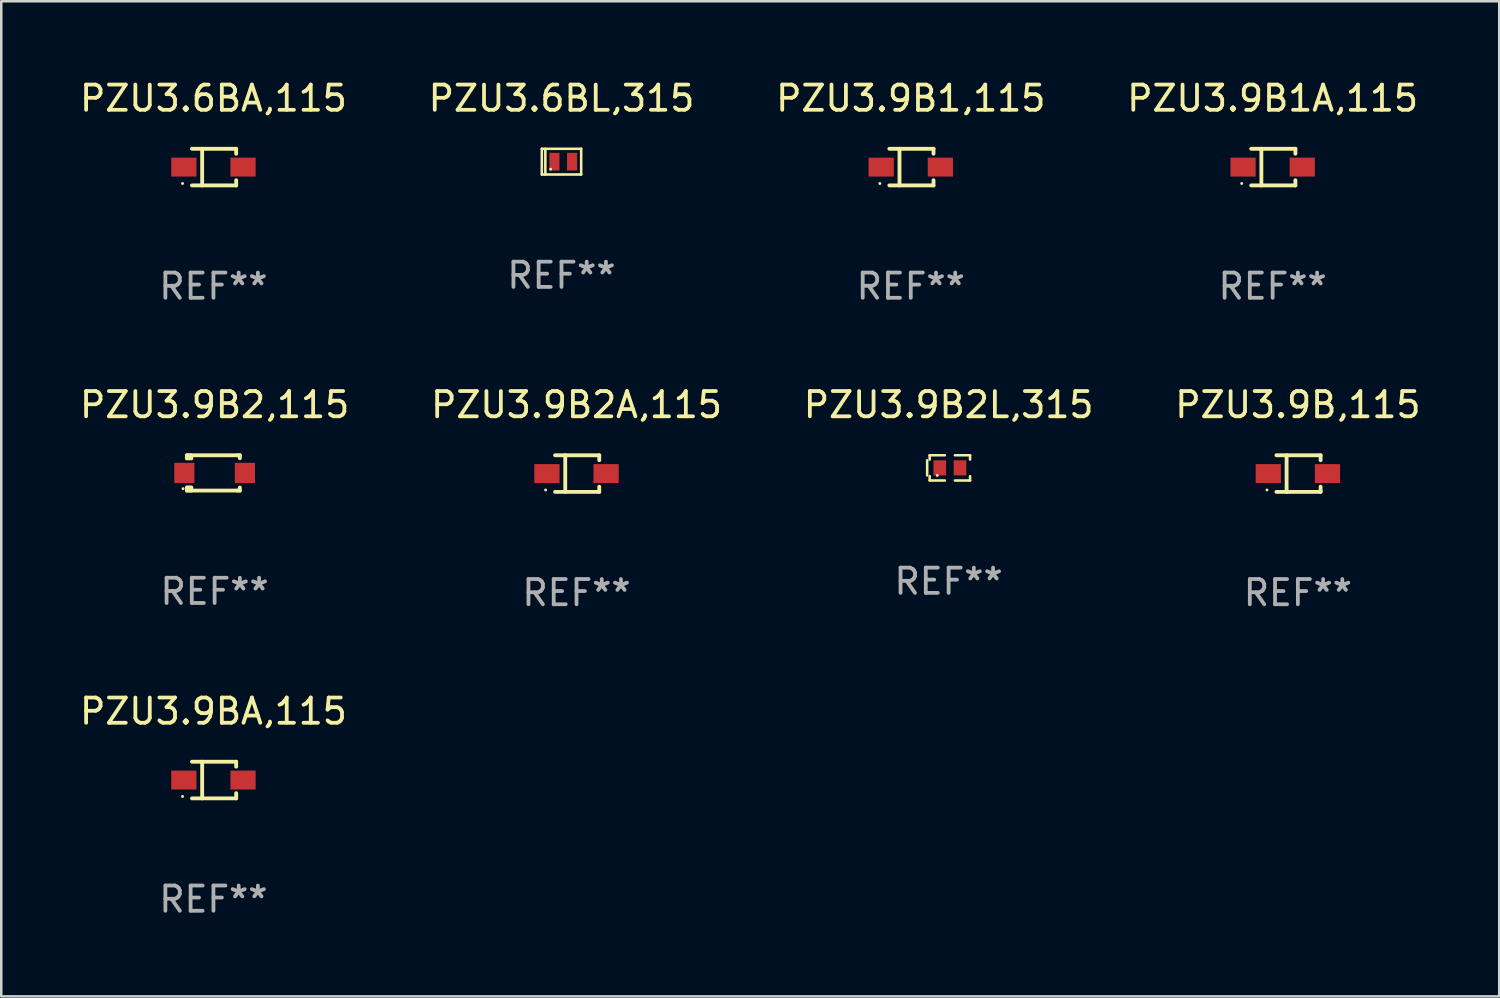
<source format=kicad_pcb>
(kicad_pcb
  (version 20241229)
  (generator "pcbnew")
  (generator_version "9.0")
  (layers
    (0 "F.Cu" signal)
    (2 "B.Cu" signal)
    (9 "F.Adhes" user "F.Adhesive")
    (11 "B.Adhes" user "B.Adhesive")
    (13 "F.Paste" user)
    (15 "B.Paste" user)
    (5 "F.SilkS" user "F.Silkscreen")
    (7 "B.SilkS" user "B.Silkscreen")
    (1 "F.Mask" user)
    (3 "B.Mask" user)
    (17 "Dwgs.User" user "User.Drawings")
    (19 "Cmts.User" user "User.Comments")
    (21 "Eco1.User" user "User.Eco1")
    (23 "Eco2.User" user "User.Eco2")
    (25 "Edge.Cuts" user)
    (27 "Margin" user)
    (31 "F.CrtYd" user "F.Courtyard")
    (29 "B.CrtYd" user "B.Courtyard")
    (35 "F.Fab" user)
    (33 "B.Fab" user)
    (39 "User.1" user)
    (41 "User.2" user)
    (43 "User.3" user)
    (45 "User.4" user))
  (footprint "PZU3.9BA,115"
    (layer "F.Cu")
    (at 5.411 27.872)
    (property "Reference" "PZU3.9BA,115" (at 0 -2.726 0) (layer "F.SilkS") (effects (font (size 1 1) (thickness 0.15))))
    (attr through_hole)
    (fp_line (start -0.851 -0.726) (end 0.901 -0.726) (stroke (width 0.152) (type solid)) (layer "F.SilkS"))
    (fp_line (start -0.851 0.726) (end 0.901 0.726) (stroke (width 0.152) (type solid)) (layer "F.SilkS"))
    (fp_line (start -0.447 -0.726) (end -0.447 0.726) (stroke (width 0.152) (type solid)) (layer "F.SilkS"))
    (fp_line (start 0.901 -0.726) (end 0.901 -0.53) (stroke (width 0.152) (type solid)) (layer "F.SilkS"))
    (fp_line (start 0.901 0.726) (end 0.901 0.52) (stroke (width 0.152) (type solid)) (layer "F.SilkS"))
    (fp_circle (center -1.225 0.65) (end -1.195 0.65) (stroke (width 0.06) (type solid)) (fill no) (layer "F.SilkS"))
    (fp_text user "REF**" (at 0 4.726 0) (layer "F.Fab") (effects (font (size 1 1) (thickness 0.15))))
    (pad "1" smd rect (at -1.173 0) (size 1 0.75) (layers "F.Cu" "F.Mask" "F.Paste"))
    (pad "2" smd rect (at 1.173 0) (size 1 0.75) (layers "F.Cu" "F.Mask" "F.Paste")))
  (footprint "PZU3.9B,115"
    (layer "F.Cu")
    (at 48.399 15.723)
    (property "Reference" "PZU3.9B,115" (at 0 -2.726 0) (layer "F.SilkS") (effects (font (size 1 1) (thickness 0.15))))
    (attr through_hole)
    (fp_line (start -0.851 -0.726) (end 0.901 -0.726) (stroke (width 0.152) (type solid)) (layer "F.SilkS"))
    (fp_line (start -0.851 0.726) (end 0.901 0.726) (stroke (width 0.152) (type solid)) (layer "F.SilkS"))
    (fp_line (start -0.447 -0.726) (end -0.447 0.726) (stroke (width 0.152) (type solid)) (layer "F.SilkS"))
    (fp_line (start 0.901 -0.726) (end 0.901 -0.53) (stroke (width 0.152) (type solid)) (layer "F.SilkS"))
    (fp_line (start 0.901 0.726) (end 0.901 0.52) (stroke (width 0.152) (type solid)) (layer "F.SilkS"))
    (fp_circle (center -1.225 0.65) (end -1.195 0.65) (stroke (width 0.06) (type solid)) (fill no) (layer "F.SilkS"))
    (fp_text user "REF**" (at 0 4.726 0) (layer "F.Fab") (effects (font (size 1 1) (thickness 0.15))))
    (pad "1" smd rect (at -1.173 0) (size 1 0.75) (layers "F.Cu" "F.Mask" "F.Paste"))
    (pad "2" smd rect (at 1.173 0) (size 1 0.75) (layers "F.Cu" "F.Mask" "F.Paste")))
  (footprint "PZU3.9B1,115"
    (layer "F.Cu")
    (at 33.054 3.574)
    (property "Reference" "PZU3.9B1,115" (at 0 -2.726 0) (layer "F.SilkS") (effects (font (size 1 1) (thickness 0.15))))
    (attr through_hole)
    (fp_line (start -0.851 -0.726) (end 0.901 -0.726) (stroke (width 0.152) (type solid)) (layer "F.SilkS"))
    (fp_line (start -0.851 0.726) (end 0.901 0.726) (stroke (width 0.152) (type solid)) (layer "F.SilkS"))
    (fp_line (start -0.447 -0.726) (end -0.447 0.726) (stroke (width 0.152) (type solid)) (layer "F.SilkS"))
    (fp_line (start 0.901 -0.726) (end 0.901 -0.53) (stroke (width 0.152) (type solid)) (layer "F.SilkS"))
    (fp_line (start 0.901 0.726) (end 0.901 0.52) (stroke (width 0.152) (type solid)) (layer "F.SilkS"))
    (fp_circle (center -1.225 0.65) (end -1.195 0.65) (stroke (width 0.06) (type solid)) (fill no) (layer "F.SilkS"))
    (fp_text user "REF**" (at 0 4.726 0) (layer "F.Fab") (effects (font (size 1 1) (thickness 0.15))))
    (pad "1" smd rect (at -1.173 0) (size 1 0.75) (layers "F.Cu" "F.Mask" "F.Paste"))
    (pad "2" smd rect (at 1.173 0) (size 1 0.75) (layers "F.Cu" "F.Mask" "F.Paste")))
  (footprint "PZU3.9B2L,315"
    (layer "F.Cu")
    (at 34.554 15.497)
    (property "Reference" "PZU3.9B2L,315" (at 0 -2.5 0) (layer "F.SilkS") (effects (font (size 1 1) (thickness 0.15))))
    (attr through_hole)
    (fp_line (start -0.85 -0.3) (end -0.85 0.3) (stroke (width 0.102) (type solid)) (layer "F.SilkS"))
    (fp_line (start -0.75 -0.5) (end -0.75 -0.329) (stroke (width 0.102) (type solid)) (layer "F.SilkS"))
    (fp_line (start -0.75 0.329) (end -0.75 0.5) (stroke (width 0.102) (type solid)) (layer "F.SilkS"))
    (fp_line (start -0.75 0.5) (end -0.15 0.5) (stroke (width 0.102) (type solid)) (layer "F.SilkS"))
    (fp_line (start -0.15 -0.5) (end -0.75 -0.5) (stroke (width 0.102) (type solid)) (layer "F.SilkS"))
    (fp_line (start 0.25 -0.5) (end 0.85 -0.5) (stroke (width 0.102) (type solid)) (layer "F.SilkS"))
    (fp_line (start 0.85 -0.5) (end 0.85 -0.33) (stroke (width 0.102) (type solid)) (layer "F.SilkS"))
    (fp_line (start 0.85 0.33) (end 0.85 0.5) (stroke (width 0.102) (type solid)) (layer "F.SilkS"))
    (fp_line (start 0.85 0.5) (end 0.25 0.5) (stroke (width 0.102) (type solid)) (layer "F.SilkS"))
    (fp_circle (center -0.45 0.3) (end -0.42 0.3) (stroke (width 0.06) (type solid)) (fill no) (layer "F.SilkS"))
    (fp_text user "REF**" (at 0 4.5 0) (layer "F.Fab") (effects (font (size 1 1) (thickness 0.15))))
    (pad "1" smd rect (at -0.35 0) (size 0.5 0.6) (layers "F.Cu" "F.Mask" "F.Paste"))
    (pad "2" smd rect (at 0.45 0) (size 0.5 0.6) (layers "F.Cu" "F.Mask" "F.Paste")))
  (footprint "PZU3.9B1A,115"
    (layer "F.Cu")
    (at 47.399 3.574)
    (property "Reference" "PZU3.9B1A,115" (at 0 -2.726 0) (layer "F.SilkS") (effects (font (size 1 1) (thickness 0.15))))
    (attr through_hole)
    (fp_line (start -0.851 -0.726) (end 0.901 -0.726) (stroke (width 0.152) (type solid)) (layer "F.SilkS"))
    (fp_line (start -0.851 0.726) (end 0.901 0.726) (stroke (width 0.152) (type solid)) (layer "F.SilkS"))
    (fp_line (start -0.447 -0.726) (end -0.447 0.726) (stroke (width 0.152) (type solid)) (layer "F.SilkS"))
    (fp_line (start 0.901 -0.726) (end 0.901 -0.53) (stroke (width 0.152) (type solid)) (layer "F.SilkS"))
    (fp_line (start 0.901 0.726) (end 0.901 0.52) (stroke (width 0.152) (type solid)) (layer "F.SilkS"))
    (fp_circle (center -1.225 0.65) (end -1.195 0.65) (stroke (width 0.06) (type solid)) (fill no) (layer "F.SilkS"))
    (fp_text user "REF**" (at 0 4.726 0) (layer "F.Fab") (effects (font (size 1 1) (thickness 0.15))))
    (pad "1" smd rect (at -1.173 0) (size 1 0.75) (layers "F.Cu" "F.Mask" "F.Paste"))
    (pad "2" smd rect (at 1.173 0) (size 1 0.75) (layers "F.Cu" "F.Mask" "F.Paste")))
  (footprint "PZU3.9B2,115"
    (layer "F.Cu")
    (at 5.458 15.697)
    (property "Reference" "PZU3.9B2,115" (at 0 -2.7 0) (layer "F.SilkS") (effects (font (size 1 1) (thickness 0.15))))
    (attr through_hole)
    (fp_line (start -1.1 -0.7) (end -1.1 -0.58) (stroke (width 0.152) (type solid)) (layer "F.SilkS"))
    (fp_line (start -1.1 0.58) (end -1.1 0.7) (stroke (width 0.152) (type solid)) (layer "F.SilkS"))
    (fp_line (start -1.1 0.58) (end -0.927 0.58) (stroke (width 0.152) (type solid)) (layer "F.SilkS"))
    (fp_line (start -1.1 0.7) (end 0.9 0.7) (stroke (width 0.152) (type solid)) (layer "F.SilkS"))
    (fp_line (start -1.014 -0.58) (end -1.014 -0.7) (stroke (width 0.152) (type solid)) (layer "F.SilkS"))
    (fp_line (start -1.014 0.7) (end -1.014 0.58) (stroke (width 0.152) (type solid)) (layer "F.SilkS"))
    (fp_line (start -0.927 -0.7) (end -0.927 -0.58) (stroke (width 0.152) (type solid)) (layer "F.SilkS"))
    (fp_line (start -0.927 -0.58) (end -1.1 -0.58) (stroke (width 0.152) (type solid)) (layer "F.SilkS"))
    (fp_line (start -0.927 0.58) (end -0.927 0.7) (stroke (width 0.152) (type solid)) (layer "F.SilkS"))
    (fp_line (start 0.9 -0.7) (end -1.1 -0.7) (stroke (width 0.152) (type solid)) (layer "F.SilkS"))
    (fp_line (start 0.9 0.7) (end 1 0.7) (stroke (width 0.152) (type solid)) (layer "F.SilkS"))
    (fp_line (start 1 -0.7) (end 0.9 -0.7) (stroke (width 0.152) (type solid)) (layer "F.SilkS"))
    (fp_line (start 1 -0.58) (end 1 -0.7) (stroke (width 0.152) (type solid)) (layer "F.SilkS"))
    (fp_line (start 1 0.7) (end 1 0.58) (stroke (width 0.152) (type solid)) (layer "F.SilkS"))
    (fp_circle (center -1.25 0.625) (end -1.22 0.625) (stroke (width 0.06) (type solid)) (fill no) (layer "F.SilkS"))
    (fp_text user "REF**" (at 0 4.7 0) (layer "F.Fab") (effects (font (size 1 1) (thickness 0.15))))
    (pad "1" smd rect (at -1.2 0) (size 0.8 0.8) (layers "F.Cu" "F.Mask" "F.Paste"))
    (pad "2" smd rect (at 1.2 0) (size 0.8 0.8) (layers "F.Cu" "F.Mask" "F.Paste")))
  (footprint "PZU3.9B2A,115"
    (layer "F.Cu")
    (at 19.804 15.723)
    (property "Reference" "PZU3.9B2A,115" (at 0 -2.726 0) (layer "F.SilkS") (effects (font (size 1 1) (thickness 0.15))))
    (attr through_hole)
    (fp_line (start -0.851 -0.726) (end 0.901 -0.726) (stroke (width 0.152) (type solid)) (layer "F.SilkS"))
    (fp_line (start -0.851 0.726) (end 0.901 0.726) (stroke (width 0.152) (type solid)) (layer "F.SilkS"))
    (fp_line (start -0.447 -0.726) (end -0.447 0.726) (stroke (width 0.152) (type solid)) (layer "F.SilkS"))
    (fp_line (start 0.901 -0.726) (end 0.901 -0.53) (stroke (width 0.152) (type solid)) (layer "F.SilkS"))
    (fp_line (start 0.901 0.726) (end 0.901 0.52) (stroke (width 0.152) (type solid)) (layer "F.SilkS"))
    (fp_circle (center -1.225 0.65) (end -1.195 0.65) (stroke (width 0.06) (type solid)) (fill no) (layer "F.SilkS"))
    (fp_text user "REF**" (at 0 4.726 0) (layer "F.Fab") (effects (font (size 1 1) (thickness 0.15))))
    (pad "1" smd rect (at -1.173 0) (size 1 0.75) (layers "F.Cu" "F.Mask" "F.Paste"))
    (pad "2" smd rect (at 1.173 0) (size 1 0.75) (layers "F.Cu" "F.Mask" "F.Paste")))
  (footprint "PZU3.6BL,315"
    (layer "F.Cu")
    (at 19.208 3.358)
    (property "Reference" "PZU3.6BL,315" (at 0 -2.51 0) (layer "F.SilkS") (effects (font (size 1 1) (thickness 0.15))))
    (attr through_hole)
    (fp_line (start -0.78 -0.51) (end -0.78 0.51) (stroke (width 0.102) (type solid)) (layer "F.SilkS"))
    (fp_line (start -0.78 -0.51) (end 0.78 -0.51) (stroke (width 0.102) (type solid)) (layer "F.SilkS"))
    (fp_line (start -0.78 0.51) (end 0.78 0.51) (stroke (width 0.102) (type solid)) (layer "F.SilkS"))
    (fp_line (start -0.64 -0.51) (end -0.64 0.51) (stroke (width 0.102) (type solid)) (layer "F.SilkS"))
    (fp_line (start 0.78 -0.51) (end 0.78 0.51) (stroke (width 0.102) (type solid)) (layer "F.SilkS"))
    (fp_circle (center -0.43 0.3) (end -0.4 0.3) (stroke (width 0.06) (type solid)) (fill no) (layer "F.SilkS"))
    (fp_text user "REF**" (at 0 4.51 0) (layer "F.Fab") (effects (font (size 1 1) (thickness 0.15))))
    (pad "1" smd rect (at -0.28 0) (size 0.4 0.7) (layers "F.Cu" "F.Mask" "F.Paste"))
    (pad "2" smd rect (at 0.42 0) (size 0.4 0.7) (layers "F.Cu" "F.Mask" "F.Paste")))
  (footprint "PZU3.6BA,115"
    (layer "F.Cu")
    (at 5.411 3.574)
    (property "Reference" "PZU3.6BA,115" (at 0 -2.726 0) (layer "F.SilkS") (effects (font (size 1 1) (thickness 0.15))))
    (attr through_hole)
    (fp_line (start -0.851 -0.726) (end 0.901 -0.726) (stroke (width 0.152) (type solid)) (layer "F.SilkS"))
    (fp_line (start -0.851 0.726) (end 0.901 0.726) (stroke (width 0.152) (type solid)) (layer "F.SilkS"))
    (fp_line (start -0.447 -0.726) (end -0.447 0.726) (stroke (width 0.152) (type solid)) (layer "F.SilkS"))
    (fp_line (start 0.901 -0.726) (end 0.901 -0.53) (stroke (width 0.152) (type solid)) (layer "F.SilkS"))
    (fp_line (start 0.901 0.726) (end 0.901 0.52) (stroke (width 0.152) (type solid)) (layer "F.SilkS"))
    (fp_circle (center -1.225 0.65) (end -1.195 0.65) (stroke (width 0.06) (type solid)) (fill no) (layer "F.SilkS"))
    (fp_text user "REF**" (at 0 4.726 0) (layer "F.Fab") (effects (font (size 1 1) (thickness 0.15))))
    (pad "1" smd rect (at -1.173 0) (size 1 0.75) (layers "F.Cu" "F.Mask" "F.Paste"))
    (pad "2" smd rect (at 1.173 0) (size 1 0.75) (layers "F.Cu" "F.Mask" "F.Paste")))
  (gr_rect
    (start -3 -3)
    (end 56.381 36.447)
    (stroke (width 0.1) (type default))
    (fill no)
    (layer "Edge.Cuts")))
</source>
